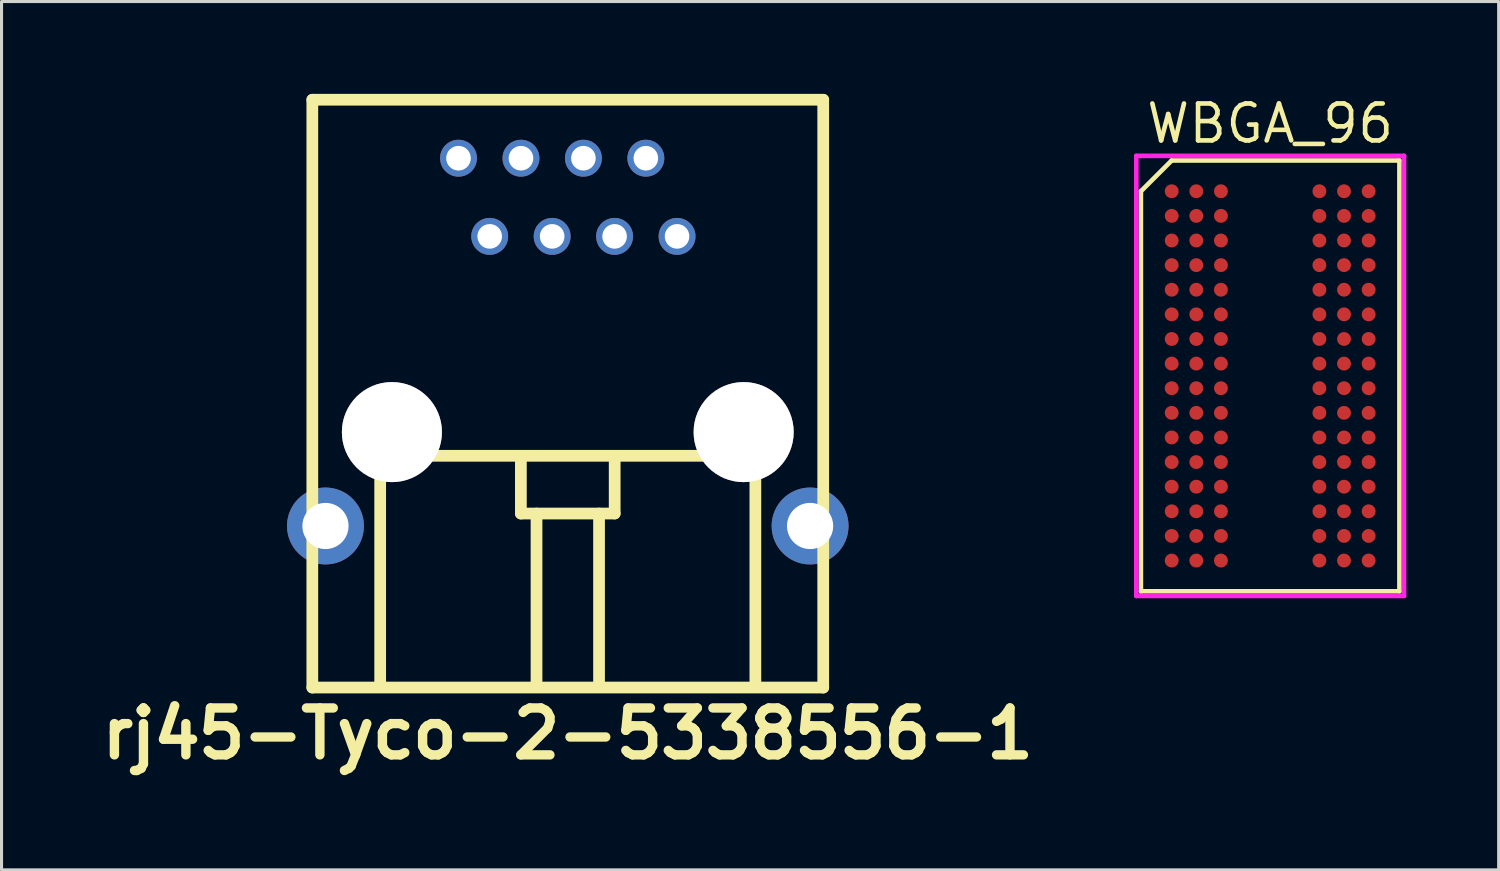
<source format=kicad_pcb>
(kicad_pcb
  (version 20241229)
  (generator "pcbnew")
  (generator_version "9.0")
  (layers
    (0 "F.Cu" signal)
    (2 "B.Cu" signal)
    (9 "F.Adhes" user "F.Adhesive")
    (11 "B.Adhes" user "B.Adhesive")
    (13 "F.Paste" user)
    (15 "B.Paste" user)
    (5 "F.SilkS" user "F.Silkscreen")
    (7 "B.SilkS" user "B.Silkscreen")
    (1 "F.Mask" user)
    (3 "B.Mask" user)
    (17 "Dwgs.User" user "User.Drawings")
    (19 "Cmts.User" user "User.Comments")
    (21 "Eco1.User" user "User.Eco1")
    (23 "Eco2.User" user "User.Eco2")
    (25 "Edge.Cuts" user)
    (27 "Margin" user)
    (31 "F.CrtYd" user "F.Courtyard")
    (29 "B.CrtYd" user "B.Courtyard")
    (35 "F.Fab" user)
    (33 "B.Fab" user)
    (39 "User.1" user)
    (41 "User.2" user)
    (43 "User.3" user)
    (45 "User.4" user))
  (footprint "WBGA_96"
    (layer "F.Cu")
    (at 38.224 9.165)
    (property "Reference" "WBGA_96" (at 0 -8.2 0) (layer "F.SilkS") (effects (font (size 1.2 1.2) (thickness 0.15))))
    (attr through_hole)
    (fp_line (start -4.2 -6) (end -4.2 7) (stroke (width 0.15) (type solid)) (layer "F.SilkS"))
    (fp_line (start -4.2 7) (end 4.2 7) (stroke (width 0.15) (type solid)) (layer "F.SilkS"))
    (fp_line (start -3.2 -7) (end -4.2 -6) (stroke (width 0.15) (type solid)) (layer "F.SilkS"))
    (fp_line (start 4.2 -7) (end -3.2 -7) (stroke (width 0.15) (type solid)) (layer "F.SilkS"))
    (fp_line (start 4.2 7) (end 4.2 -7) (stroke (width 0.15) (type solid)) (layer "F.SilkS"))
    (fp_line (start -4.35 -7.15) (end 4.35 -7.15) (stroke (width 0.15) (type solid)) (layer "F.CrtYd"))
    (fp_line (start -4.35 7.15) (end -4.35 -7.15) (stroke (width 0.15) (type solid)) (layer "F.CrtYd"))
    (fp_line (start 4.35 -7.15) (end 4.35 7.15) (stroke (width 0.15) (type solid)) (layer "F.CrtYd"))
    (fp_line (start 4.35 7.15) (end -4.35 7.15) (stroke (width 0.15) (type solid)) (layer "F.CrtYd"))
    (pad "A1" smd circle (at -3.2 -6) (size 0.45 0.45) (layers "F.Cu" "F.Mask" "F.Paste"))
    (pad "A2" smd circle (at -2.4 -6) (size 0.45 0.45) (layers "F.Cu" "F.Mask" "F.Paste"))
    (pad "A3" smd circle (at -1.6 -6) (size 0.45 0.45) (layers "F.Cu" "F.Mask" "F.Paste"))
    (pad "A7" smd circle (at 1.6 -6) (size 0.45 0.45) (layers "F.Cu" "F.Mask" "F.Paste"))
    (pad "A8" smd circle (at 2.4 -6) (size 0.45 0.45) (layers "F.Cu" "F.Mask" "F.Paste"))
    (pad "A9" smd circle (at 3.2 -6) (size 0.45 0.45) (layers "F.Cu" "F.Mask" "F.Paste"))
    (pad "B1" smd circle (at -3.2 -5.2) (size 0.45 0.45) (layers "F.Cu" "F.Mask" "F.Paste"))
    (pad "B2" smd circle (at -2.4 -5.2) (size 0.45 0.45) (layers "F.Cu" "F.Mask" "F.Paste"))
    (pad "B3" smd circle (at -1.6 -5.2) (size 0.45 0.45) (layers "F.Cu" "F.Mask" "F.Paste"))
    (pad "B7" smd circle (at 1.6 -5.2) (size 0.45 0.45) (layers "F.Cu" "F.Mask" "F.Paste"))
    (pad "B8" smd circle (at 2.4 -5.2) (size 0.45 0.45) (layers "F.Cu" "F.Mask" "F.Paste"))
    (pad "B9" smd circle (at 3.2 -5.2) (size 0.45 0.45) (layers "F.Cu" "F.Mask" "F.Paste"))
    (pad "C1" smd circle (at -3.2 -4.4) (size 0.45 0.45) (layers "F.Cu" "F.Mask" "F.Paste"))
    (pad "C2" smd circle (at -2.4 -4.4) (size 0.45 0.45) (layers "F.Cu" "F.Mask" "F.Paste"))
    (pad "C3" smd circle (at -1.6 -4.4) (size 0.45 0.45) (layers "F.Cu" "F.Mask" "F.Paste"))
    (pad "C7" smd circle (at 1.6 -4.4) (size 0.45 0.45) (layers "F.Cu" "F.Mask" "F.Paste"))
    (pad "C8" smd circle (at 2.4 -4.4) (size 0.45 0.45) (layers "F.Cu" "F.Mask" "F.Paste"))
    (pad "C9" smd circle (at 3.2 -4.4) (size 0.45 0.45) (layers "F.Cu" "F.Mask" "F.Paste"))
    (pad "D1" smd circle (at -3.2 -3.6) (size 0.45 0.45) (layers "F.Cu" "F.Mask" "F.Paste"))
    (pad "D2" smd circle (at -2.4 -3.6) (size 0.45 0.45) (layers "F.Cu" "F.Mask" "F.Paste"))
    (pad "D3" smd circle (at -1.6 -3.6) (size 0.45 0.45) (layers "F.Cu" "F.Mask" "F.Paste"))
    (pad "D7" smd circle (at 1.6 -3.6) (size 0.45 0.45) (layers "F.Cu" "F.Mask" "F.Paste"))
    (pad "D8" smd circle (at 2.4 -3.6) (size 0.45 0.45) (layers "F.Cu" "F.Mask" "F.Paste"))
    (pad "D9" smd circle (at 3.2 -3.6) (size 0.45 0.45) (layers "F.Cu" "F.Mask" "F.Paste"))
    (pad "E1" smd circle (at -3.2 -2.8) (size 0.45 0.45) (layers "F.Cu" "F.Mask" "F.Paste"))
    (pad "E2" smd circle (at -2.4 -2.8) (size 0.45 0.45) (layers "F.Cu" "F.Mask" "F.Paste"))
    (pad "E3" smd circle (at -1.6 -2.8) (size 0.45 0.45) (layers "F.Cu" "F.Mask" "F.Paste"))
    (pad "E7" smd circle (at 1.6 -2.8) (size 0.45 0.45) (layers "F.Cu" "F.Mask" "F.Paste"))
    (pad "E8" smd circle (at 2.4 -2.8) (size 0.45 0.45) (layers "F.Cu" "F.Mask" "F.Paste"))
    (pad "E9" smd circle (at 3.2 -2.8) (size 0.45 0.45) (layers "F.Cu" "F.Mask" "F.Paste"))
    (pad "F1" smd circle (at -3.2 -2) (size 0.45 0.45) (layers "F.Cu" "F.Mask" "F.Paste"))
    (pad "F2" smd circle (at -2.4 -2) (size 0.45 0.45) (layers "F.Cu" "F.Mask" "F.Paste"))
    (pad "F3" smd circle (at -1.6 -2) (size 0.45 0.45) (layers "F.Cu" "F.Mask" "F.Paste"))
    (pad "F7" smd circle (at 1.6 -2) (size 0.45 0.45) (layers "F.Cu" "F.Mask" "F.Paste"))
    (pad "F8" smd circle (at 2.4 -2) (size 0.45 0.45) (layers "F.Cu" "F.Mask" "F.Paste"))
    (pad "F9" smd circle (at 3.2 -2) (size 0.45 0.45) (layers "F.Cu" "F.Mask" "F.Paste"))
    (pad "G1" smd circle (at -3.2 -1.2) (size 0.45 0.45) (layers "F.Cu" "F.Mask" "F.Paste"))
    (pad "G2" smd circle (at -2.4 -1.2) (size 0.45 0.45) (layers "F.Cu" "F.Mask" "F.Paste"))
    (pad "G3" smd circle (at -1.6 -1.2) (size 0.45 0.45) (layers "F.Cu" "F.Mask" "F.Paste"))
    (pad "G7" smd circle (at 1.6 -1.2) (size 0.45 0.45) (layers "F.Cu" "F.Mask" "F.Paste"))
    (pad "G8" smd circle (at 2.4 -1.2) (size 0.45 0.45) (layers "F.Cu" "F.Mask" "F.Paste"))
    (pad "G9" smd circle (at 3.2 -1.2) (size 0.45 0.45) (layers "F.Cu" "F.Mask" "F.Paste"))
    (pad "H1" smd circle (at -3.2 -0.4) (size 0.45 0.45) (layers "F.Cu" "F.Mask" "F.Paste"))
    (pad "H2" smd circle (at -2.4 -0.4) (size 0.45 0.45) (layers "F.Cu" "F.Mask" "F.Paste"))
    (pad "H3" smd circle (at -1.6 -0.4) (size 0.45 0.45) (layers "F.Cu" "F.Mask" "F.Paste"))
    (pad "H7" smd circle (at 1.6 -0.4) (size 0.45 0.45) (layers "F.Cu" "F.Mask" "F.Paste"))
    (pad "H8" smd circle (at 2.4 -0.4) (size 0.45 0.45) (layers "F.Cu" "F.Mask" "F.Paste"))
    (pad "H9" smd circle (at 3.2 -0.4) (size 0.45 0.45) (layers "F.Cu" "F.Mask" "F.Paste"))
    (pad "J1" smd circle (at -3.2 0.4) (size 0.45 0.45) (layers "F.Cu" "F.Mask" "F.Paste"))
    (pad "J2" smd circle (at -2.4 0.4) (size 0.45 0.45) (layers "F.Cu" "F.Mask" "F.Paste"))
    (pad "J3" smd circle (at -1.6 0.4) (size 0.45 0.45) (layers "F.Cu" "F.Mask" "F.Paste"))
    (pad "J7" smd circle (at 1.6 0.4) (size 0.45 0.45) (layers "F.Cu" "F.Mask" "F.Paste"))
    (pad "J8" smd circle (at 2.4 0.4) (size 0.45 0.45) (layers "F.Cu" "F.Mask" "F.Paste"))
    (pad "J9" smd circle (at 3.2 0.4) (size 0.45 0.45) (layers "F.Cu" "F.Mask" "F.Paste"))
    (pad "K1" smd circle (at -3.2 1.2) (size 0.45 0.45) (layers "F.Cu" "F.Mask" "F.Paste"))
    (pad "K2" smd circle (at -2.4 1.2) (size 0.45 0.45) (layers "F.Cu" "F.Mask" "F.Paste"))
    (pad "K3" smd circle (at -1.6 1.2) (size 0.45 0.45) (layers "F.Cu" "F.Mask" "F.Paste"))
    (pad "K7" smd circle (at 1.6 1.2) (size 0.45 0.45) (layers "F.Cu" "F.Mask" "F.Paste"))
    (pad "K8" smd circle (at 2.4 1.2) (size 0.45 0.45) (layers "F.Cu" "F.Mask" "F.Paste"))
    (pad "K9" smd circle (at 3.2 1.2) (size 0.45 0.45) (layers "F.Cu" "F.Mask" "F.Paste"))
    (pad "L1" smd circle (at -3.2 2) (size 0.45 0.45) (layers "F.Cu" "F.Mask" "F.Paste"))
    (pad "L2" smd circle (at -2.4 2) (size 0.45 0.45) (layers "F.Cu" "F.Mask" "F.Paste"))
    (pad "L3" smd circle (at -1.6 2) (size 0.45 0.45) (layers "F.Cu" "F.Mask" "F.Paste"))
    (pad "L7" smd circle (at 1.6 2) (size 0.45 0.45) (layers "F.Cu" "F.Mask" "F.Paste"))
    (pad "L8" smd circle (at 2.4 2) (size 0.45 0.45) (layers "F.Cu" "F.Mask" "F.Paste"))
    (pad "L9" smd circle (at 3.2 2) (size 0.45 0.45) (layers "F.Cu" "F.Mask" "F.Paste"))
    (pad "M1" smd circle (at -3.2 2.8) (size 0.45 0.45) (layers "F.Cu" "F.Mask" "F.Paste"))
    (pad "M2" smd circle (at -2.4 2.8) (size 0.45 0.45) (layers "F.Cu" "F.Mask" "F.Paste"))
    (pad "M3" smd circle (at -1.6 2.8) (size 0.45 0.45) (layers "F.Cu" "F.Mask" "F.Paste"))
    (pad "M7" smd circle (at 1.6 2.8) (size 0.45 0.45) (layers "F.Cu" "F.Mask" "F.Paste"))
    (pad "M8" smd circle (at 2.4 2.8) (size 0.45 0.45) (layers "F.Cu" "F.Mask" "F.Paste"))
    (pad "M9" smd circle (at 3.2 2.8) (size 0.45 0.45) (layers "F.Cu" "F.Mask" "F.Paste"))
    (pad "N1" smd circle (at -3.2 3.6) (size 0.45 0.45) (layers "F.Cu" "F.Mask" "F.Paste"))
    (pad "N2" smd circle (at -2.4 3.6) (size 0.45 0.45) (layers "F.Cu" "F.Mask" "F.Paste"))
    (pad "N3" smd circle (at -1.6 3.6) (size 0.45 0.45) (layers "F.Cu" "F.Mask" "F.Paste"))
    (pad "N7" smd circle (at 1.6 3.6) (size 0.45 0.45) (layers "F.Cu" "F.Mask" "F.Paste"))
    (pad "N8" smd circle (at 2.4 3.6) (size 0.45 0.45) (layers "F.Cu" "F.Mask" "F.Paste"))
    (pad "N9" smd circle (at 3.2 3.6) (size 0.45 0.45) (layers "F.Cu" "F.Mask" "F.Paste"))
    (pad "P1" smd circle (at -3.2 4.4) (size 0.45 0.45) (layers "F.Cu" "F.Mask" "F.Paste"))
    (pad "P2" smd circle (at -2.4 4.4) (size 0.45 0.45) (layers "F.Cu" "F.Mask" "F.Paste"))
    (pad "P3" smd circle (at -1.6 4.4) (size 0.45 0.45) (layers "F.Cu" "F.Mask" "F.Paste"))
    (pad "P7" smd circle (at 1.6 4.4) (size 0.45 0.45) (layers "F.Cu" "F.Mask" "F.Paste"))
    (pad "P8" smd circle (at 2.4 4.4) (size 0.45 0.45) (layers "F.Cu" "F.Mask" "F.Paste"))
    (pad "P9" smd circle (at 3.2 4.4) (size 0.45 0.45) (layers "F.Cu" "F.Mask" "F.Paste"))
    (pad "R1" smd circle (at -3.2 5.2) (size 0.45 0.45) (layers "F.Cu" "F.Mask" "F.Paste"))
    (pad "R2" smd circle (at -2.4 5.2) (size 0.45 0.45) (layers "F.Cu" "F.Mask" "F.Paste"))
    (pad "R3" smd circle (at -1.6 5.2) (size 0.45 0.45) (layers "F.Cu" "F.Mask" "F.Paste"))
    (pad "R7" smd circle (at 1.6 5.2) (size 0.45 0.45) (layers "F.Cu" "F.Mask" "F.Paste"))
    (pad "R8" smd circle (at 2.4 5.2) (size 0.45 0.45) (layers "F.Cu" "F.Mask" "F.Paste"))
    (pad "R9" smd circle (at 3.2 5.2) (size 0.45 0.45) (layers "F.Cu" "F.Mask" "F.Paste"))
    (pad "T1" smd circle (at -3.2 6) (size 0.45 0.45) (layers "F.Cu" "F.Mask" "F.Paste"))
    (pad "T2" smd circle (at -2.4 6) (size 0.45 0.45) (layers "F.Cu" "F.Mask" "F.Paste"))
    (pad "T3" smd circle (at -1.6 6) (size 0.45 0.45) (layers "F.Cu" "F.Mask" "F.Paste"))
    (pad "T7" smd circle (at 1.6 6) (size 0.45 0.45) (layers "F.Cu" "F.Mask" "F.Paste"))
    (pad "T8" smd circle (at 2.4 6) (size 0.45 0.45) (layers "F.Cu" "F.Mask" "F.Paste"))
    (pad "T9" smd circle (at 3.2 6) (size 0.45 0.45) (layers "F.Cu" "F.Mask" "F.Paste")))
  (footprint "rj45-Tyco-2-5338556-1"
    (layer "F.Cu")
    (at 15.4 10.991)
    (property "Reference" "rj45-Tyco-2-5338556-1" (at 0 9.799 0) (layer "F.SilkS") (effects (font (size 1.524 1.524) (thickness 0.305))))
    (attr through_hole)
    (fp_line (start -8.301 -10.8) (end 8.301 -10.8) (stroke (width 0.381) (type solid)) (layer "F.SilkS"))
    (fp_line (start -8.301 8.301) (end -8.301 -10.8) (stroke (width 0.381) (type solid)) (layer "F.SilkS"))
    (fp_line (start -6.096 0.77) (end 6.096 0.77) (stroke (width 0.381) (type solid)) (layer "F.SilkS"))
    (fp_line (start -6.096 8.235) (end -6.096 0.869) (stroke (width 0.381) (type solid)) (layer "F.SilkS"))
    (fp_line (start -1.524 2.647) (end -1.524 0.869) (stroke (width 0.381) (type solid)) (layer "F.SilkS"))
    (fp_line (start -1.016 8.235) (end -1.016 2.647) (stroke (width 0.381) (type solid)) (layer "F.SilkS"))
    (fp_line (start 1.016 2.647) (end 1.016 8.235) (stroke (width 0.381) (type solid)) (layer "F.SilkS"))
    (fp_line (start 1.524 0.866) (end 1.524 2.644) (stroke (width 0.381) (type solid)) (layer "F.SilkS"))
    (fp_line (start 1.524 2.647) (end -1.524 2.647) (stroke (width 0.381) (type solid)) (layer "F.SilkS"))
    (fp_line (start 6.096 0.869) (end 6.096 8.235) (stroke (width 0.381) (type solid)) (layer "F.SilkS"))
    (fp_line (start 8.301 -10.8) (end 8.301 8.301) (stroke (width 0.381) (type solid)) (layer "F.SilkS"))
    (fp_line (start 8.301 8.301) (end -8.301 8.301) (stroke (width 0.381) (type solid)) (layer "F.SilkS"))
    (pad "" thru_hole circle (at -7.874 3.051) (size 2.499 2.499) (drill 1.501) (layers "*.Cu"))
    (pad "" thru_hole circle (at -5.715 0) (size 3.251 3.251) (drill 3.251) (layers "*.Cu"))
    (pad "" thru_hole circle (at 5.715 0) (size 3.251 3.251) (drill 3.251) (layers "*.Cu"))
    (pad "" thru_hole circle (at 7.874 3.051) (size 2.499 2.499) (drill 1.501) (layers "*.Cu"))
    (pad "1" thru_hole circle (at 3.551 -6.36) (size 1.199 1.199) (drill 0.8) (layers "*.Cu"))
    (pad "2" thru_hole circle (at 2.537 -8.9) (size 1.199 1.199) (drill 0.8) (layers "*.Cu"))
    (pad "3" thru_hole circle (at 1.521 -6.36) (size 1.199 1.199) (drill 0.8) (layers "*.Cu"))
    (pad "4" thru_hole circle (at 0.508 -8.9) (size 1.199 1.199) (drill 0.8) (layers "*.Cu"))
    (pad "5" thru_hole circle (at -0.508 -6.36) (size 1.199 1.199) (drill 0.8) (layers "*.Cu"))
    (pad "6" thru_hole circle (at -1.521 -8.9) (size 1.199 1.199) (drill 0.8) (layers "*.Cu"))
    (pad "7" thru_hole circle (at -2.537 -6.36) (size 1.199 1.199) (drill 0.8) (layers "*.Cu"))
    (pad "8" thru_hole circle (at -3.551 -8.9) (size 1.199 1.199) (drill 0.8) (layers "*.Cu")))
  (gr_rect
    (start -3 -3)
    (end 45.649 25.216)
    (stroke (width 0.1) (type default))
    (fill no)
    (layer "Edge.Cuts")))
</source>
